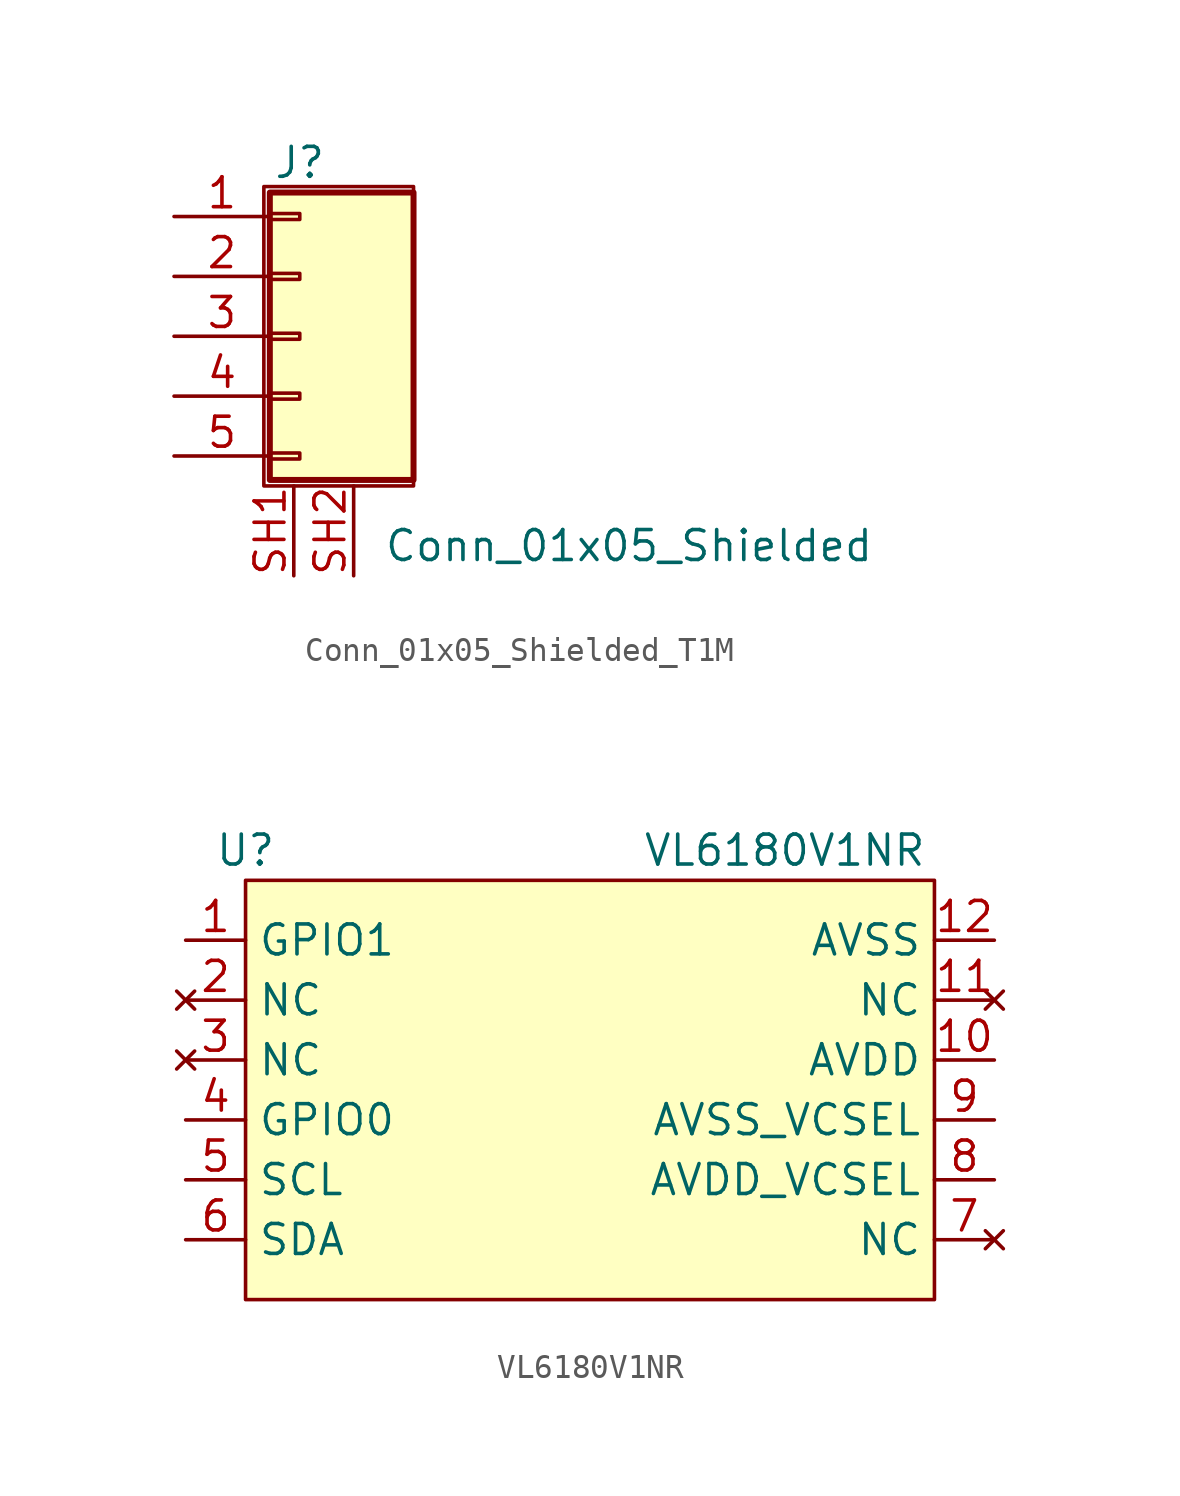
<source format=kicad_sym>
(kicad_symbol_lib
  (version 20220914)
  (generator kicad_symbol_editor)
  (symbol "Conn_01x05_Shielded_T1M"
    (pin_names
      (offset 1.016) hide)
    (property "Reference" "J"
      (at 0.254 7.366 0)
      (effects (font (size 1.27 1.27))))
    (property "Value" "Conn_01x05_Shielded"
      (at 3.81 -8.89 0)
      (effects (font (size 1.27 1.27)) (justify left)))
    (symbol "Conn_01x05_Shielded_T1M_1_1"
      (rectangle (start -1.27 6.35) (end 5.08 -6.35) (stroke (width 0.152) (type default)) (fill (type none)))
      (rectangle (start -1.016 -4.953) (end 0.254 -5.207) (stroke (width 0.152) (type default)) (fill (type none)))
      (rectangle (start -1.016 -2.413) (end 0.254 -2.667) (stroke (width 0.152) (type default)) (fill (type none)))
      (rectangle (start -1.016 0.127) (end 0.254 -0.127) (stroke (width 0.152) (type default)) (fill (type none)))
      (rectangle (start -1.016 2.667) (end 0.254 2.413) (stroke (width 0.152) (type default)) (fill (type none)))
      (rectangle (start -1.016 5.207) (end 0.254 4.953) (stroke (width 0.152) (type default)) (fill (type none)))
      (rectangle (start -1.016 6.096) (end 5.08 -6.096) (stroke (width 0.254) (type default)) (fill (type background)))
      (pin passive line (at -5.08 5.08 0) (length 4.064) (name "Pin_1" (effects (font (size 1.27 1.27)))) (number "1" (effects (font (size 1.27 1.27)))))
      (pin passive line (at -5.08 2.54 0) (length 4.064) (name "Pin_2" (effects (font (size 1.27 1.27)))) (number "2" (effects (font (size 1.27 1.27)))))
      (pin passive line (at -5.08 0 0) (length 4.064) (name "Pin_3" (effects (font (size 1.27 1.27)))) (number "3" (effects (font (size 1.27 1.27)))))
      (pin passive line (at -5.08 -2.54 0) (length 4.064) (name "Pin_4" (effects (font (size 1.27 1.27)))) (number "4" (effects (font (size 1.27 1.27)))))
      (pin passive line (at -5.08 -5.08 0) (length 4.064) (name "Pin_5" (effects (font (size 1.27 1.27)))) (number "5" (effects (font (size 1.27 1.27)))))
      (pin passive line (at 0 -10.16 90) (length 3.81) (name "Shield" (effects (font (size 1.27 1.27)))) (number "SH1" (effects (font (size 1.27 1.27)))))
      (pin passive line (at 2.54 -10.16 90) (length 3.81) (name "Shield" (effects (font (size 1.27 1.27)))) (number "SH2" (effects (font (size 1.27 1.27)))))))
  (symbol "VL6180V1NR"
    (property "Reference" "U"
      (at 0 0 0)
      (effects (font (size 1.27 1.27))))
    (property "Value" "VL6180V1NR"
      (at 22.86 0 0)
      (effects (font (size 1.27 1.27))))
    (symbol "VL6180V1NR_0_1"
      (rectangle (start 0 -1.27) (end 29.21 -19.05) (stroke (width 0) (type default)) (fill (type background))))
    (symbol "VL6180V1NR_1_1"
      (pin bidirectional line (at -2.54 -3.81 0) (length 2.54) (name "GPIO1" (effects (font (size 1.27 1.27)))) (number "1" (effects (font (size 1.27 1.27)))))
      (pin power_in line (at 31.75 -8.89 180) (length 2.54) (name "AVDD" (effects (font (size 1.27 1.27)))) (number "10" (effects (font (size 1.27 1.27)))))
      (pin no_connect line (at 31.75 -6.35 180) (length 2.54) (name "NC" (effects (font (size 1.27 1.27)))) (number "11" (effects (font (size 1.27 1.27)))))
      (pin power_in line (at 31.75 -3.81 180) (length 2.54) (name "AVSS" (effects (font (size 1.27 1.27)))) (number "12" (effects (font (size 1.27 1.27)))))
      (pin no_connect line (at -2.54 -6.35 0) (length 2.54) (name "NC" (effects (font (size 1.27 1.27)))) (number "2" (effects (font (size 1.27 1.27)))))
      (pin no_connect line (at -2.54 -8.89 0) (length 2.54) (name "NC" (effects (font (size 1.27 1.27)))) (number "3" (effects (font (size 1.27 1.27)))))
      (pin bidirectional line (at -2.54 -11.43 0) (length 2.54) (name "GPIO0" (effects (font (size 1.27 1.27)))) (number "4" (effects (font (size 1.27 1.27)))))
      (pin input line (at -2.54 -13.97 0) (length 2.54) (name "SCL" (effects (font (size 1.27 1.27)))) (number "5" (effects (font (size 1.27 1.27)))))
      (pin bidirectional line (at -2.54 -16.51 0) (length 2.54) (name "SDA" (effects (font (size 1.27 1.27)))) (number "6" (effects (font (size 1.27 1.27)))))
      (pin no_connect line (at 31.75 -16.51 180) (length 2.54) (name "NC" (effects (font (size 1.27 1.27)))) (number "7" (effects (font (size 1.27 1.27)))))
      (pin input line (at 31.75 -13.97 180) (length 2.54) (name "AVDD_VCSEL" (effects (font (size 1.27 1.27)))) (number "8" (effects (font (size 1.27 1.27)))))
      (pin input line (at 31.75 -11.43 180) (length 2.54) (name "AVSS_VCSEL" (effects (font (size 1.27 1.27)))) (number "9" (effects (font (size 1.27 1.27))))))))
</source>
